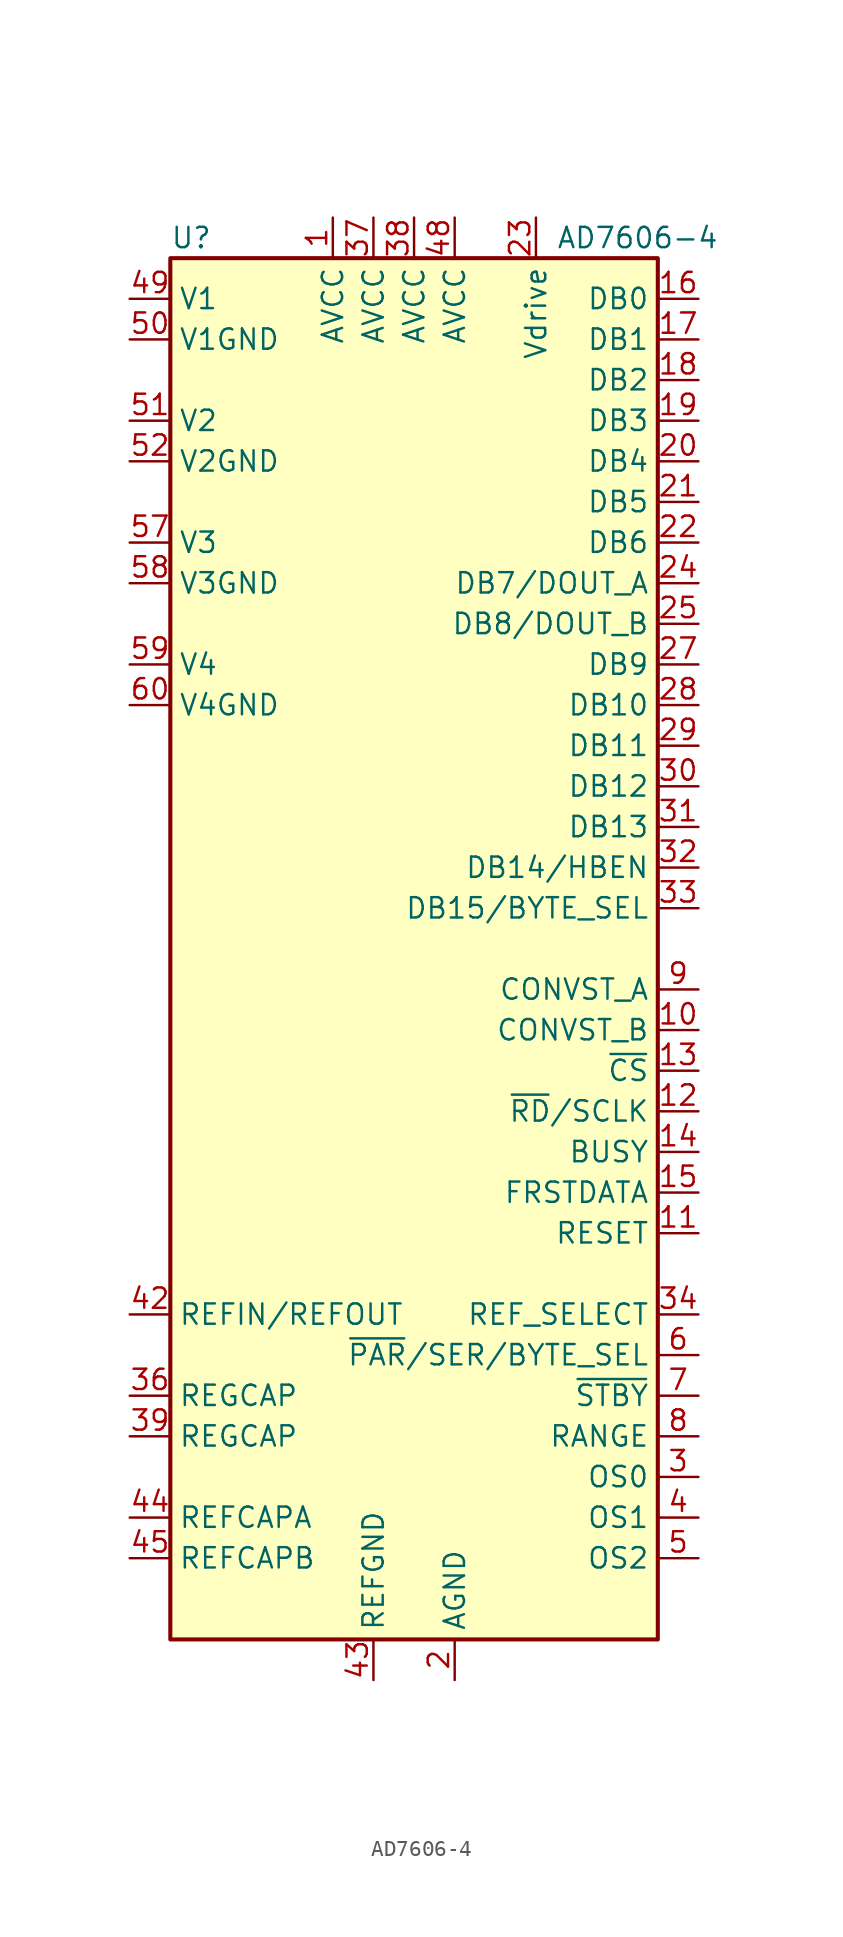
<source format=kicad_sym>
(kicad_symbol_lib
  (version 20201005)
  (generator kicad_symbol_editor)
  (symbol "AD7606-4"
    (property "Reference" "U"
      (at -15.24 44.45 0)
      (effects (font (size 1.27 1.27)) (justify left)))
    (property "Value" "AD7606-4"
      (at 8.89 44.45 0)
      (effects (font (size 1.27 1.27)) (justify left)))
    (symbol "AD7606-4_1_1"
      (rectangle (start -15.24 43.18) (end 15.24 -43.18) (stroke (width 0.254)) (fill (type background)))
      (pin power_in line (at -5.08 45.72 270) (length 2.54) (name "AVCC" (effects (font (size 1.27 1.27)))) (number "1" (effects (font (size 1.27 1.27)))))
      (pin input line (at 17.78 -5.08 180) (length 2.54) (name "CONVST_B" (effects (font (size 1.27 1.27)))) (number "10" (effects (font (size 1.27 1.27)))))
      (pin input line (at 17.78 -17.78 180) (length 2.54) (name "RESET" (effects (font (size 1.27 1.27)))) (number "11" (effects (font (size 1.27 1.27)))))
      (pin input line (at 17.78 -10.16 180) (length 2.54) (name "~RD~/SCLK" (effects (font (size 1.27 1.27)))) (number "12" (effects (font (size 1.27 1.27)))))
      (pin input line (at 17.78 -7.62 180) (length 2.54) (name "~CS" (effects (font (size 1.27 1.27)))) (number "13" (effects (font (size 1.27 1.27)))))
      (pin output line (at 17.78 -12.7 180) (length 2.54) (name "BUSY" (effects (font (size 1.27 1.27)))) (number "14" (effects (font (size 1.27 1.27)))))
      (pin output line (at 17.78 -15.24 180) (length 2.54) (name "FRSTDATA" (effects (font (size 1.27 1.27)))) (number "15" (effects (font (size 1.27 1.27)))))
      (pin output line (at 17.78 40.64 180) (length 2.54) (name "DB0" (effects (font (size 1.27 1.27)))) (number "16" (effects (font (size 1.27 1.27)))))
      (pin output line (at 17.78 38.1 180) (length 2.54) (name "DB1" (effects (font (size 1.27 1.27)))) (number "17" (effects (font (size 1.27 1.27)))))
      (pin output line (at 17.78 35.56 180) (length 2.54) (name "DB2" (effects (font (size 1.27 1.27)))) (number "18" (effects (font (size 1.27 1.27)))))
      (pin output line (at 17.78 33.02 180) (length 2.54) (name "DB3" (effects (font (size 1.27 1.27)))) (number "19" (effects (font (size 1.27 1.27)))))
      (pin power_in line (at 2.54 -45.72 90) (length 2.54) (name "AGND" (effects (font (size 1.27 1.27)))) (number "2" (effects (font (size 1.27 1.27)))))
      (pin output line (at 17.78 30.48 180) (length 2.54) (name "DB4" (effects (font (size 1.27 1.27)))) (number "20" (effects (font (size 1.27 1.27)))))
      (pin output line (at 17.78 27.94 180) (length 2.54) (name "DB5" (effects (font (size 1.27 1.27)))) (number "21" (effects (font (size 1.27 1.27)))))
      (pin output line (at 17.78 25.4 180) (length 2.54) (name "DB6" (effects (font (size 1.27 1.27)))) (number "22" (effects (font (size 1.27 1.27)))))
      (pin power_in line (at 7.62 45.72 270) (length 2.54) (name "Vdrive" (effects (font (size 1.27 1.27)))) (number "23" (effects (font (size 1.27 1.27)))))
      (pin output line (at 17.78 22.86 180) (length 2.54) (name "DB7/DOUT_A" (effects (font (size 1.27 1.27)))) (number "24" (effects (font (size 1.27 1.27)))))
      (pin output line (at 17.78 20.32 180) (length 2.54) (name "DB8/DOUT_B" (effects (font (size 1.27 1.27)))) (number "25" (effects (font (size 1.27 1.27)))))
      (pin passive line (at 2.54 -45.72 90) (length 2.54) hide (name "AGND" (effects (font (size 1.27 1.27)))) (number "26" (effects (font (size 1.27 1.27)))))
      (pin output line (at 17.78 17.78 180) (length 2.54) (name "DB9" (effects (font (size 1.27 1.27)))) (number "27" (effects (font (size 1.27 1.27)))))
      (pin output line (at 17.78 15.24 180) (length 2.54) (name "DB10" (effects (font (size 1.27 1.27)))) (number "28" (effects (font (size 1.27 1.27)))))
      (pin output line (at 17.78 12.7 180) (length 2.54) (name "DB11" (effects (font (size 1.27 1.27)))) (number "29" (effects (font (size 1.27 1.27)))))
      (pin input line (at 17.78 -33.02 180) (length 2.54) (name "OS0" (effects (font (size 1.27 1.27)))) (number "3" (effects (font (size 1.27 1.27)))))
      (pin output line (at 17.78 10.16 180) (length 2.54) (name "DB12" (effects (font (size 1.27 1.27)))) (number "30" (effects (font (size 1.27 1.27)))))
      (pin output line (at 17.78 7.62 180) (length 2.54) (name "DB13" (effects (font (size 1.27 1.27)))) (number "31" (effects (font (size 1.27 1.27)))))
      (pin bidirectional line (at 17.78 5.08 180) (length 2.54) (name "DB14/HBEN" (effects (font (size 1.27 1.27)))) (number "32" (effects (font (size 1.27 1.27)))))
      (pin bidirectional line (at 17.78 2.54 180) (length 2.54) (name "DB15/BYTE_SEL" (effects (font (size 1.27 1.27)))) (number "33" (effects (font (size 1.27 1.27)))))
      (pin input line (at 17.78 -22.86 180) (length 2.54) (name "REF_SELECT" (effects (font (size 1.27 1.27)))) (number "34" (effects (font (size 1.27 1.27)))))
      (pin passive line (at 2.54 -45.72 90) (length 2.54) hide (name "AGND" (effects (font (size 1.27 1.27)))) (number "35" (effects (font (size 1.27 1.27)))))
      (pin passive line (at -17.78 -27.94 0) (length 2.54) (name "REGCAP" (effects (font (size 1.27 1.27)))) (number "36" (effects (font (size 1.27 1.27)))))
      (pin power_in line (at -2.54 45.72 270) (length 2.54) (name "AVCC" (effects (font (size 1.27 1.27)))) (number "37" (effects (font (size 1.27 1.27)))))
      (pin power_in line (at 0 45.72 270) (length 2.54) (name "AVCC" (effects (font (size 1.27 1.27)))) (number "38" (effects (font (size 1.27 1.27)))))
      (pin passive line (at -17.78 -30.48 0) (length 2.54) (name "REGCAP" (effects (font (size 1.27 1.27)))) (number "39" (effects (font (size 1.27 1.27)))))
      (pin input line (at 17.78 -35.56 180) (length 2.54) (name "OS1" (effects (font (size 1.27 1.27)))) (number "4" (effects (font (size 1.27 1.27)))))
      (pin passive line (at 2.54 -45.72 90) (length 2.54) hide (name "AGND" (effects (font (size 1.27 1.27)))) (number "40" (effects (font (size 1.27 1.27)))))
      (pin passive line (at 2.54 -45.72 90) (length 2.54) hide (name "AGND" (effects (font (size 1.27 1.27)))) (number "41" (effects (font (size 1.27 1.27)))))
      (pin passive line (at -17.78 -22.86 0) (length 2.54) (name "REFIN/REFOUT" (effects (font (size 1.27 1.27)))) (number "42" (effects (font (size 1.27 1.27)))))
      (pin power_in line (at -2.54 -45.72 90) (length 2.54) (name "REFGND" (effects (font (size 1.27 1.27)))) (number "43" (effects (font (size 1.27 1.27)))))
      (pin passive line (at -17.78 -35.56 0) (length 2.54) (name "REFCAPA" (effects (font (size 1.27 1.27)))) (number "44" (effects (font (size 1.27 1.27)))))
      (pin passive line (at -17.78 -38.1 0) (length 2.54) (name "REFCAPB" (effects (font (size 1.27 1.27)))) (number "45" (effects (font (size 1.27 1.27)))))
      (pin passive line (at -2.54 -45.72 90) (length 2.54) hide (name "REFGND" (effects (font (size 1.27 1.27)))) (number "46" (effects (font (size 1.27 1.27)))))
      (pin passive line (at 2.54 -45.72 90) (length 2.54) hide (name "AGND" (effects (font (size 1.27 1.27)))) (number "47" (effects (font (size 1.27 1.27)))))
      (pin power_in line (at 2.54 45.72 270) (length 2.54) (name "AVCC" (effects (font (size 1.27 1.27)))) (number "48" (effects (font (size 1.27 1.27)))))
      (pin input line (at -17.78 40.64 0) (length 2.54) (name "V1" (effects (font (size 1.27 1.27)))) (number "49" (effects (font (size 1.27 1.27)))))
      (pin input line (at 17.78 -38.1 180) (length 2.54) (name "OS2" (effects (font (size 1.27 1.27)))) (number "5" (effects (font (size 1.27 1.27)))))
      (pin input line (at -17.78 38.1 0) (length 2.54) (name "V1GND" (effects (font (size 1.27 1.27)))) (number "50" (effects (font (size 1.27 1.27)))))
      (pin input line (at -17.78 33.02 0) (length 2.54) (name "V2" (effects (font (size 1.27 1.27)))) (number "51" (effects (font (size 1.27 1.27)))))
      (pin input line (at -17.78 30.48 0) (length 2.54) (name "V2GND" (effects (font (size 1.27 1.27)))) (number "52" (effects (font (size 1.27 1.27)))))
      (pin passive line (at 2.54 -45.72 90) (length 2.54) hide (name "AGND" (effects (font (size 1.27 1.27)))) (number "53" (effects (font (size 1.27 1.27)))))
      (pin passive line (at 2.54 -45.72 90) (length 2.54) hide (name "AGND" (effects (font (size 1.27 1.27)))) (number "54" (effects (font (size 1.27 1.27)))))
      (pin passive line (at 2.54 -45.72 90) (length 2.54) hide (name "AGND" (effects (font (size 1.27 1.27)))) (number "55" (effects (font (size 1.27 1.27)))))
      (pin passive line (at 2.54 -45.72 90) (length 2.54) hide (name "AGND" (effects (font (size 1.27 1.27)))) (number "56" (effects (font (size 1.27 1.27)))))
      (pin input line (at -17.78 25.4 0) (length 2.54) (name "V3" (effects (font (size 1.27 1.27)))) (number "57" (effects (font (size 1.27 1.27)))))
      (pin input line (at -17.78 22.86 0) (length 2.54) (name "V3GND" (effects (font (size 1.27 1.27)))) (number "58" (effects (font (size 1.27 1.27)))))
      (pin input line (at -17.78 17.78 0) (length 2.54) (name "V4" (effects (font (size 1.27 1.27)))) (number "59" (effects (font (size 1.27 1.27)))))
      (pin input line (at 17.78 -25.4 180) (length 2.54) (name "~PAR~/SER/BYTE_SEL" (effects (font (size 1.27 1.27)))) (number "6" (effects (font (size 1.27 1.27)))))
      (pin input line (at -17.78 15.24 0) (length 2.54) (name "V4GND" (effects (font (size 1.27 1.27)))) (number "60" (effects (font (size 1.27 1.27)))))
      (pin passive line (at 2.54 -45.72 90) (length 2.54) hide (name "AGND" (effects (font (size 1.27 1.27)))) (number "61" (effects (font (size 1.27 1.27)))))
      (pin passive line (at 2.54 -45.72 90) (length 2.54) hide (name "AGND" (effects (font (size 1.27 1.27)))) (number "62" (effects (font (size 1.27 1.27)))))
      (pin passive line (at 2.54 -45.72 90) (length 2.54) hide (name "AGND" (effects (font (size 1.27 1.27)))) (number "63" (effects (font (size 1.27 1.27)))))
      (pin passive line (at 2.54 -45.72 90) (length 2.54) hide (name "AGND" (effects (font (size 1.27 1.27)))) (number "64" (effects (font (size 1.27 1.27)))))
      (pin input line (at 17.78 -27.94 180) (length 2.54) (name "~STBY" (effects (font (size 1.27 1.27)))) (number "7" (effects (font (size 1.27 1.27)))))
      (pin input line (at 17.78 -30.48 180) (length 2.54) (name "RANGE" (effects (font (size 1.27 1.27)))) (number "8" (effects (font (size 1.27 1.27)))))
      (pin input line (at 17.78 -2.54 180) (length 2.54) (name "CONVST_A" (effects (font (size 1.27 1.27)))) (number "9" (effects (font (size 1.27 1.27))))))))
</source>
